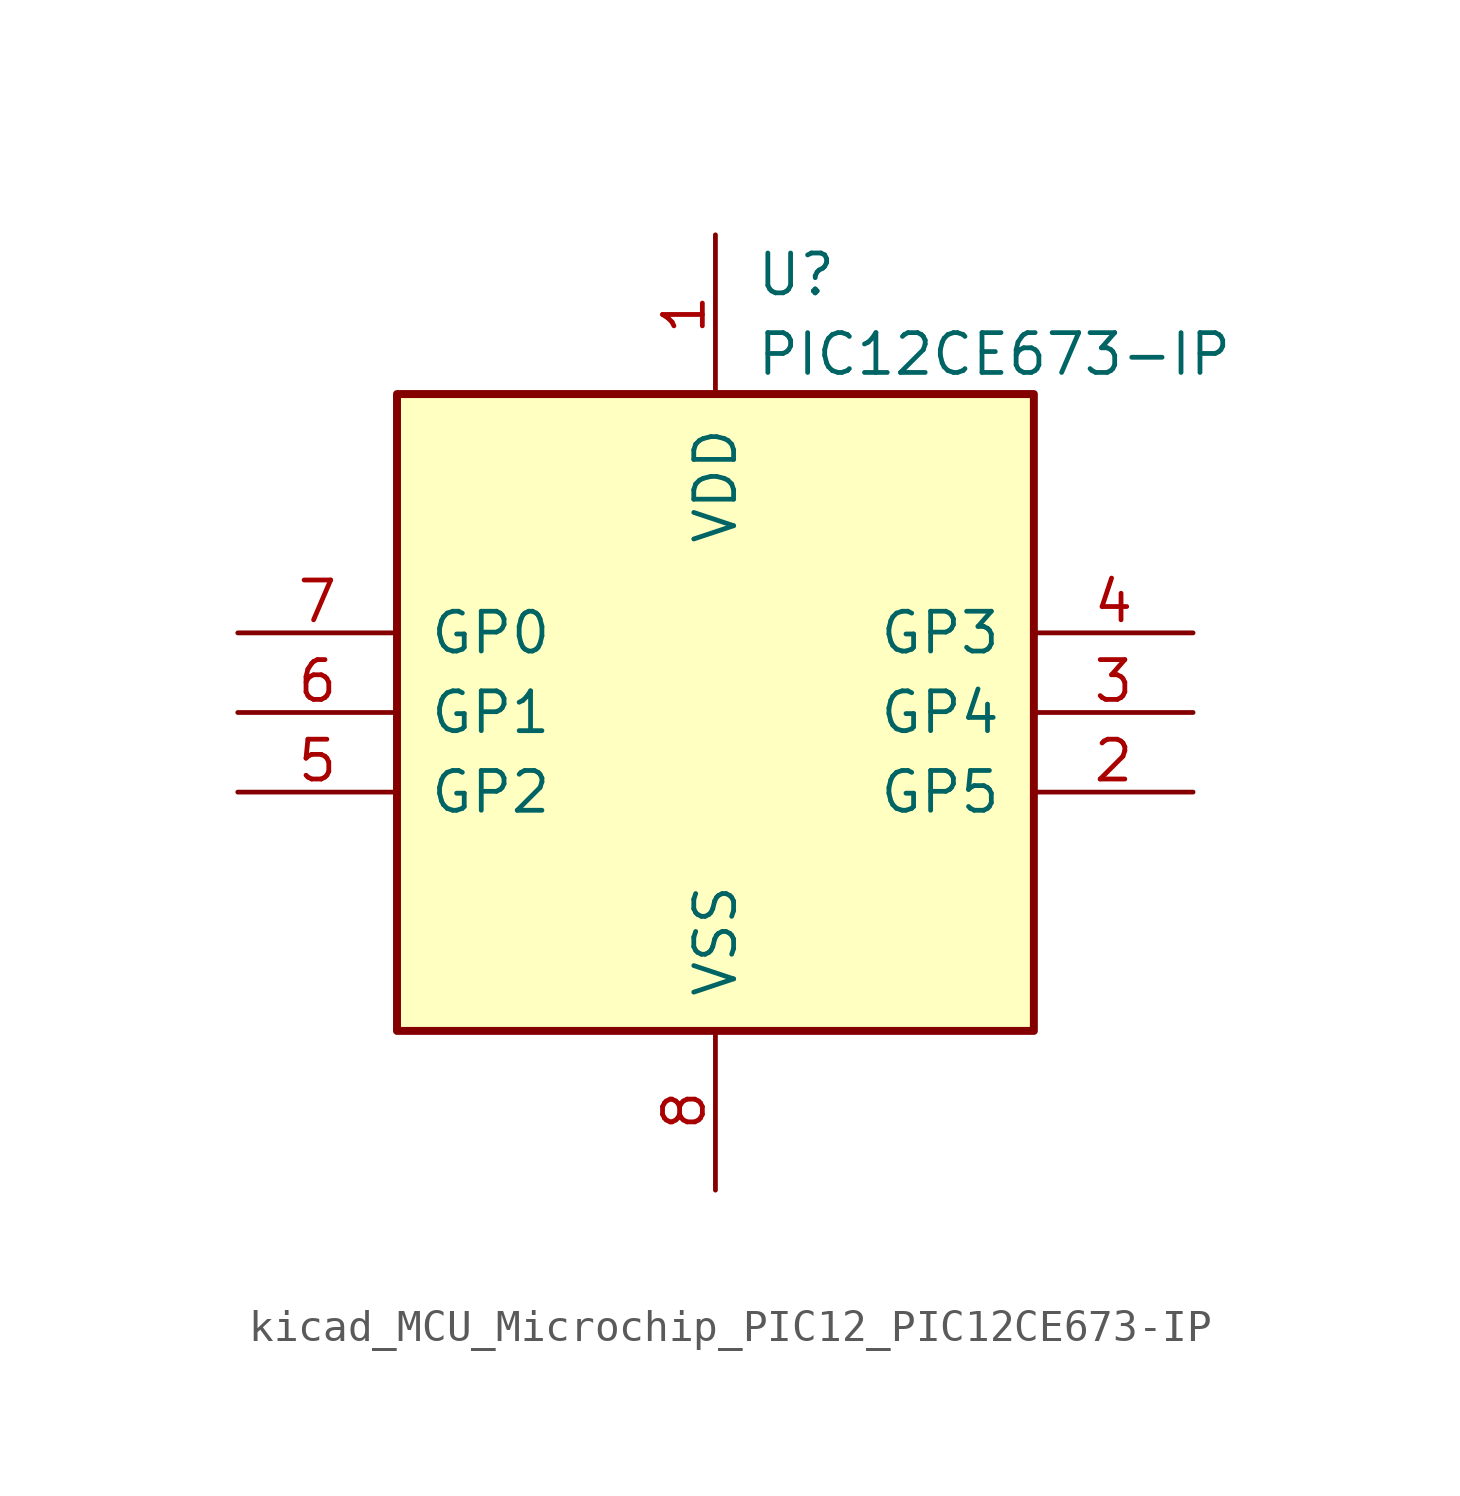
<source format=kicad_sym>
(kicad_symbol_lib
  (version 20220914)
  (generator kicad_symbol_editor)
  (symbol "kicad_MCU_Microchip_PIC12_PIC12CE673-IP"
    (pin_names
      (offset 1.016))
    (property "Reference" "U"
      (at 1.27 13.97 0)
      (effects (font (size 1.27 1.27)) (justify left)))
    (property "Value" "PIC12CE673-IP"
      (at 1.27 11.43 0)
      (effects (font (size 1.27 1.27)) (justify left)))
    (symbol "kicad_MCU_Microchip_PIC12_PIC12CE673-IP_0_1"
      (rectangle (start 10.16 -10.16) (end -10.16 10.16) (stroke (width 0.254) (type default)) (fill (type background))))
    (symbol "kicad_MCU_Microchip_PIC12_PIC12CE673-IP_1_1"
      (pin power_in line (at 0 15.24 270) (length 5.08) (name "VDD" (effects (font (size 1.27 1.27)))) (number "1" (effects (font (size 1.27 1.27)))))
      (pin bidirectional line (at 15.24 -2.54 180) (length 5.08) (name "GP5" (effects (font (size 1.27 1.27)))) (number "2" (effects (font (size 1.27 1.27)))))
      (pin bidirectional line (at 15.24 0 180) (length 5.08) (name "GP4" (effects (font (size 1.27 1.27)))) (number "3" (effects (font (size 1.27 1.27)))))
      (pin input line (at 15.24 2.54 180) (length 5.08) (name "GP3" (effects (font (size 1.27 1.27)))) (number "4" (effects (font (size 1.27 1.27)))))
      (pin bidirectional line (at -15.24 -2.54 0) (length 5.08) (name "GP2" (effects (font (size 1.27 1.27)))) (number "5" (effects (font (size 1.27 1.27)))))
      (pin bidirectional line (at -15.24 0 0) (length 5.08) (name "GP1" (effects (font (size 1.27 1.27)))) (number "6" (effects (font (size 1.27 1.27)))))
      (pin bidirectional line (at -15.24 2.54 0) (length 5.08) (name "GP0" (effects (font (size 1.27 1.27)))) (number "7" (effects (font (size 1.27 1.27)))))
      (pin power_in line (at 0 -15.24 90) (length 5.08) (name "VSS" (effects (font (size 1.27 1.27)))) (number "8" (effects (font (size 1.27 1.27))))))))
</source>
